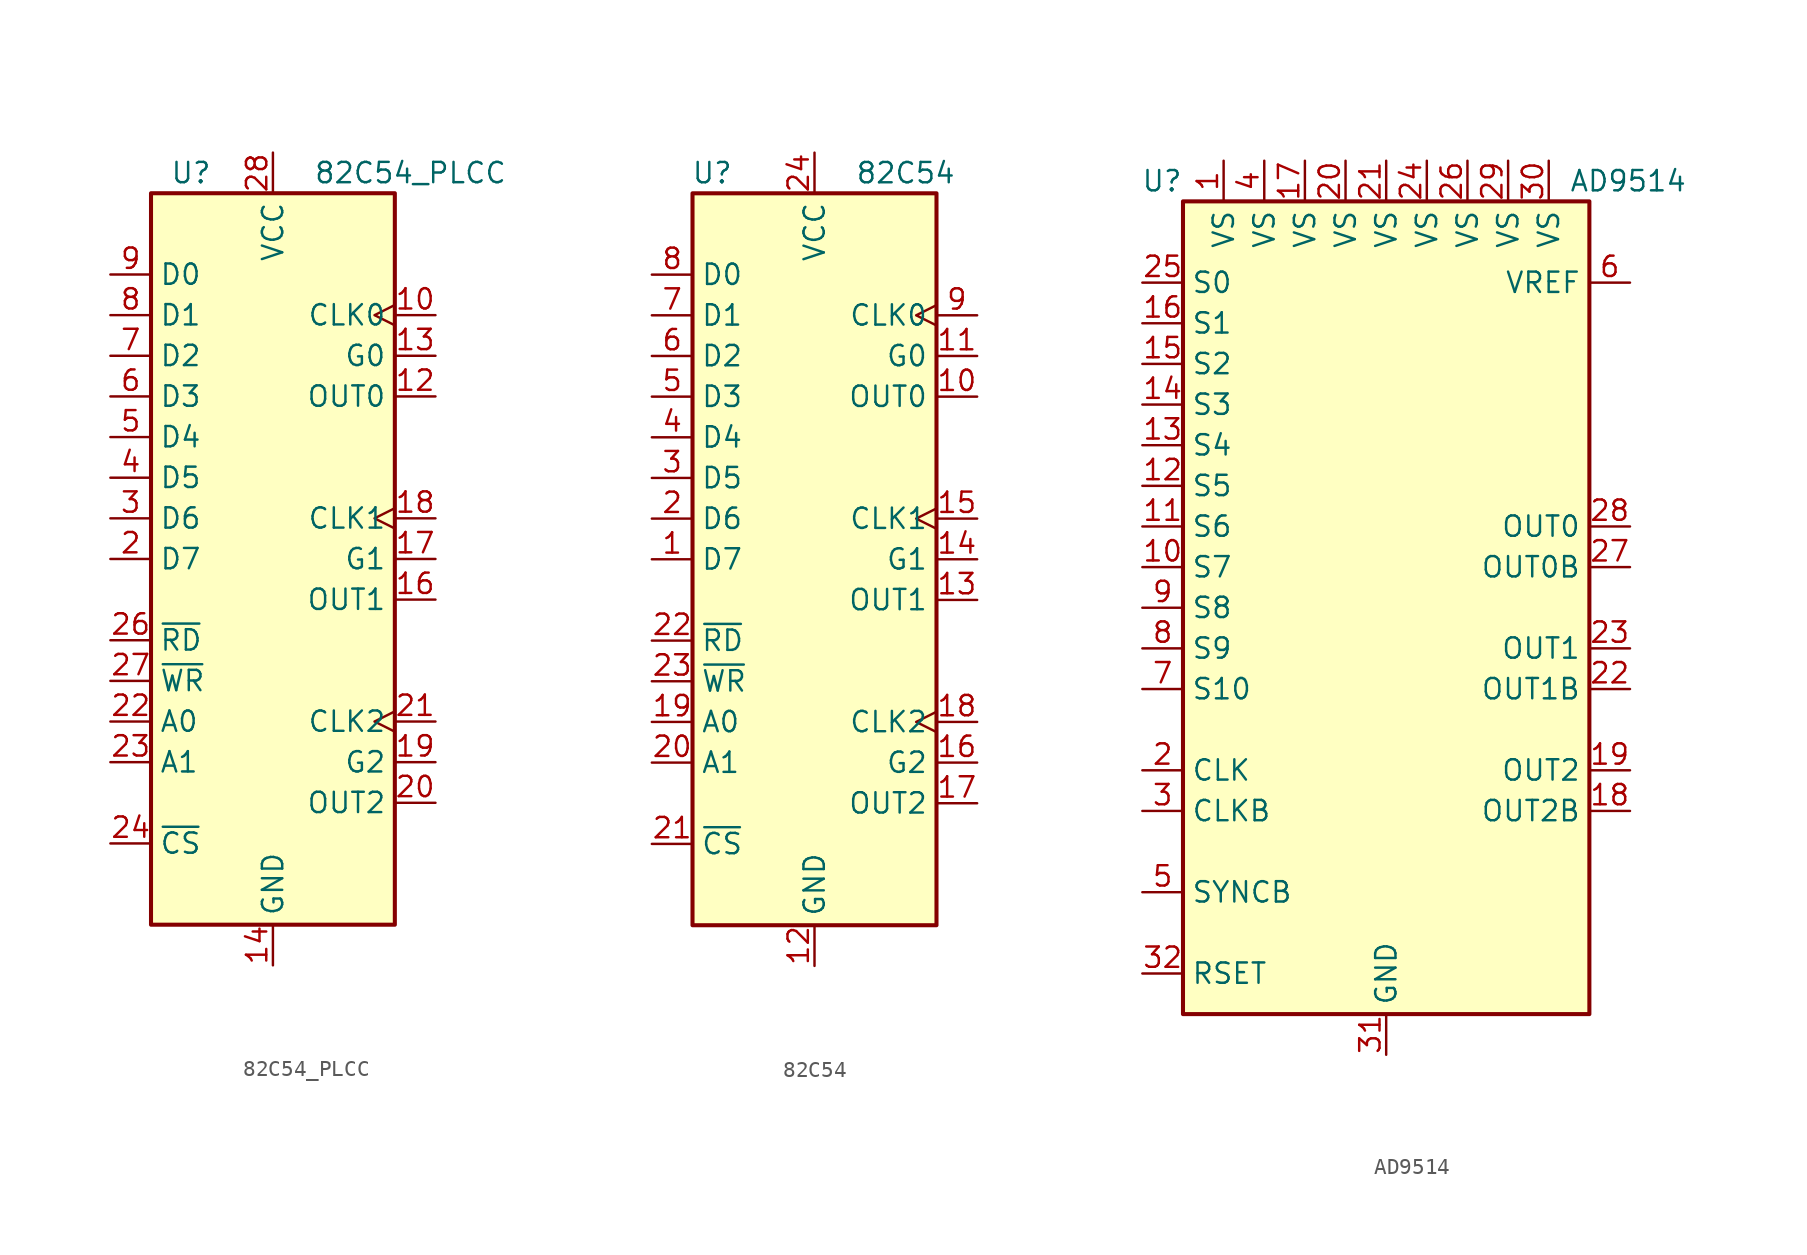
<source format=kicad_sym>
(kicad_symbol_lib
  (version 20201005)
  (generator kicad_symbol_editor)
  (symbol "82C54_PLCC"
    (property "Reference" "U"
      (at -3.81 24.13 0)
      (effects (font (size 1.27 1.27)) (justify right)))
    (property "Value" "82C54_PLCC"
      (at 2.54 24.13 0)
      (effects (font (size 1.27 1.27)) (justify left)))
    (symbol "82C54_PLCC_0_1"
      (rectangle (start -7.62 -22.86) (end 7.62 22.86) (stroke (width 0.254)) (fill (type background))))
    (symbol "82C54_PLCC_1_1"
      (pin no_connect line (at -5.08 -22.86 90) (length 2.54) hide (name "NC" (effects (font (size 1.27 1.27)))) (number "1" (effects (font (size 1.27 1.27)))))
      (pin input clock (at 10.16 15.24 180) (length 2.54) (name "CLK0" (effects (font (size 1.27 1.27)))) (number "10" (effects (font (size 1.27 1.27)))))
      (pin no_connect line (at -2.54 -22.86 90) (length 2.54) hide (name "NC" (effects (font (size 1.27 1.27)))) (number "11" (effects (font (size 1.27 1.27)))))
      (pin output line (at 10.16 10.16 180) (length 2.54) (name "OUT0" (effects (font (size 1.27 1.27)))) (number "12" (effects (font (size 1.27 1.27)))))
      (pin input line (at 10.16 12.7 180) (length 2.54) (name "G0" (effects (font (size 1.27 1.27)))) (number "13" (effects (font (size 1.27 1.27)))))
      (pin power_in line (at 0 -25.4 90) (length 2.54) (name "GND" (effects (font (size 1.27 1.27)))) (number "14" (effects (font (size 1.27 1.27)))))
      (pin no_connect line (at 2.54 -22.86 90) (length 2.54) hide (name "NC" (effects (font (size 1.27 1.27)))) (number "15" (effects (font (size 1.27 1.27)))))
      (pin output line (at 10.16 -2.54 180) (length 2.54) (name "OUT1" (effects (font (size 1.27 1.27)))) (number "16" (effects (font (size 1.27 1.27)))))
      (pin input line (at 10.16 0 180) (length 2.54) (name "G1" (effects (font (size 1.27 1.27)))) (number "17" (effects (font (size 1.27 1.27)))))
      (pin input clock (at 10.16 2.54 180) (length 2.54) (name "CLK1" (effects (font (size 1.27 1.27)))) (number "18" (effects (font (size 1.27 1.27)))))
      (pin input line (at 10.16 -12.7 180) (length 2.54) (name "G2" (effects (font (size 1.27 1.27)))) (number "19" (effects (font (size 1.27 1.27)))))
      (pin bidirectional line (at -10.16 0 0) (length 2.54) (name "D7" (effects (font (size 1.27 1.27)))) (number "2" (effects (font (size 1.27 1.27)))))
      (pin output line (at 10.16 -15.24 180) (length 2.54) (name "OUT2" (effects (font (size 1.27 1.27)))) (number "20" (effects (font (size 1.27 1.27)))))
      (pin input clock (at 10.16 -10.16 180) (length 2.54) (name "CLK2" (effects (font (size 1.27 1.27)))) (number "21" (effects (font (size 1.27 1.27)))))
      (pin input line (at -10.16 -10.16 0) (length 2.54) (name "A0" (effects (font (size 1.27 1.27)))) (number "22" (effects (font (size 1.27 1.27)))))
      (pin input line (at -10.16 -12.7 0) (length 2.54) (name "A1" (effects (font (size 1.27 1.27)))) (number "23" (effects (font (size 1.27 1.27)))))
      (pin input line (at -10.16 -17.78 0) (length 2.54) (name "~CS~" (effects (font (size 1.27 1.27)))) (number "24" (effects (font (size 1.27 1.27)))))
      (pin no_connect line (at 5.08 -22.86 90) (length 2.54) hide (name "NC" (effects (font (size 1.27 1.27)))) (number "25" (effects (font (size 1.27 1.27)))))
      (pin input line (at -10.16 -5.08 0) (length 2.54) (name "~RD~" (effects (font (size 1.27 1.27)))) (number "26" (effects (font (size 1.27 1.27)))))
      (pin input line (at -10.16 -7.62 0) (length 2.54) (name "~WR~" (effects (font (size 1.27 1.27)))) (number "27" (effects (font (size 1.27 1.27)))))
      (pin power_in line (at 0 25.4 270) (length 2.54) (name "VCC" (effects (font (size 1.27 1.27)))) (number "28" (effects (font (size 1.27 1.27)))))
      (pin bidirectional line (at -10.16 2.54 0) (length 2.54) (name "D6" (effects (font (size 1.27 1.27)))) (number "3" (effects (font (size 1.27 1.27)))))
      (pin bidirectional line (at -10.16 5.08 0) (length 2.54) (name "D5" (effects (font (size 1.27 1.27)))) (number "4" (effects (font (size 1.27 1.27)))))
      (pin bidirectional line (at -10.16 7.62 0) (length 2.54) (name "D4" (effects (font (size 1.27 1.27)))) (number "5" (effects (font (size 1.27 1.27)))))
      (pin bidirectional line (at -10.16 10.16 0) (length 2.54) (name "D3" (effects (font (size 1.27 1.27)))) (number "6" (effects (font (size 1.27 1.27)))))
      (pin bidirectional line (at -10.16 12.7 0) (length 2.54) (name "D2" (effects (font (size 1.27 1.27)))) (number "7" (effects (font (size 1.27 1.27)))))
      (pin bidirectional line (at -10.16 15.24 0) (length 2.54) (name "D1" (effects (font (size 1.27 1.27)))) (number "8" (effects (font (size 1.27 1.27)))))
      (pin bidirectional line (at -10.16 17.78 0) (length 2.54) (name "D0" (effects (font (size 1.27 1.27)))) (number "9" (effects (font (size 1.27 1.27)))))))
  (symbol "82C54"
    (property "Reference" "U"
      (at -5.08 24.13 0)
      (effects (font (size 1.27 1.27)) (justify right)))
    (property "Value" "82C54"
      (at 2.54 24.13 0)
      (effects (font (size 1.27 1.27)) (justify left)))
    (symbol "82C54_0_1"
      (rectangle (start -7.62 -22.86) (end 7.62 22.86) (stroke (width 0.254)) (fill (type background))))
    (symbol "82C54_1_1"
      (pin bidirectional line (at -10.16 0 0) (length 2.54) (name "D7" (effects (font (size 1.27 1.27)))) (number "1" (effects (font (size 1.27 1.27)))))
      (pin output line (at 10.16 10.16 180) (length 2.54) (name "OUT0" (effects (font (size 1.27 1.27)))) (number "10" (effects (font (size 1.27 1.27)))))
      (pin input line (at 10.16 12.7 180) (length 2.54) (name "G0" (effects (font (size 1.27 1.27)))) (number "11" (effects (font (size 1.27 1.27)))))
      (pin power_in line (at 0 -25.4 90) (length 2.54) (name "GND" (effects (font (size 1.27 1.27)))) (number "12" (effects (font (size 1.27 1.27)))))
      (pin output line (at 10.16 -2.54 180) (length 2.54) (name "OUT1" (effects (font (size 1.27 1.27)))) (number "13" (effects (font (size 1.27 1.27)))))
      (pin input line (at 10.16 0 180) (length 2.54) (name "G1" (effects (font (size 1.27 1.27)))) (number "14" (effects (font (size 1.27 1.27)))))
      (pin input clock (at 10.16 2.54 180) (length 2.54) (name "CLK1" (effects (font (size 1.27 1.27)))) (number "15" (effects (font (size 1.27 1.27)))))
      (pin input line (at 10.16 -12.7 180) (length 2.54) (name "G2" (effects (font (size 1.27 1.27)))) (number "16" (effects (font (size 1.27 1.27)))))
      (pin output line (at 10.16 -15.24 180) (length 2.54) (name "OUT2" (effects (font (size 1.27 1.27)))) (number "17" (effects (font (size 1.27 1.27)))))
      (pin input clock (at 10.16 -10.16 180) (length 2.54) (name "CLK2" (effects (font (size 1.27 1.27)))) (number "18" (effects (font (size 1.27 1.27)))))
      (pin input line (at -10.16 -10.16 0) (length 2.54) (name "A0" (effects (font (size 1.27 1.27)))) (number "19" (effects (font (size 1.27 1.27)))))
      (pin bidirectional line (at -10.16 2.54 0) (length 2.54) (name "D6" (effects (font (size 1.27 1.27)))) (number "2" (effects (font (size 1.27 1.27)))))
      (pin input line (at -10.16 -12.7 0) (length 2.54) (name "A1" (effects (font (size 1.27 1.27)))) (number "20" (effects (font (size 1.27 1.27)))))
      (pin input line (at -10.16 -17.78 0) (length 2.54) (name "~CS" (effects (font (size 1.27 1.27)))) (number "21" (effects (font (size 1.27 1.27)))))
      (pin input line (at -10.16 -5.08 0) (length 2.54) (name "~RD" (effects (font (size 1.27 1.27)))) (number "22" (effects (font (size 1.27 1.27)))))
      (pin input line (at -10.16 -7.62 0) (length 2.54) (name "~WR" (effects (font (size 1.27 1.27)))) (number "23" (effects (font (size 1.27 1.27)))))
      (pin power_in line (at 0 25.4 270) (length 2.54) (name "VCC" (effects (font (size 1.27 1.27)))) (number "24" (effects (font (size 1.27 1.27)))))
      (pin bidirectional line (at -10.16 5.08 0) (length 2.54) (name "D5" (effects (font (size 1.27 1.27)))) (number "3" (effects (font (size 1.27 1.27)))))
      (pin bidirectional line (at -10.16 7.62 0) (length 2.54) (name "D4" (effects (font (size 1.27 1.27)))) (number "4" (effects (font (size 1.27 1.27)))))
      (pin bidirectional line (at -10.16 10.16 0) (length 2.54) (name "D3" (effects (font (size 1.27 1.27)))) (number "5" (effects (font (size 1.27 1.27)))))
      (pin bidirectional line (at -10.16 12.7 0) (length 2.54) (name "D2" (effects (font (size 1.27 1.27)))) (number "6" (effects (font (size 1.27 1.27)))))
      (pin bidirectional line (at -10.16 15.24 0) (length 2.54) (name "D1" (effects (font (size 1.27 1.27)))) (number "7" (effects (font (size 1.27 1.27)))))
      (pin bidirectional line (at -10.16 17.78 0) (length 2.54) (name "D0" (effects (font (size 1.27 1.27)))) (number "8" (effects (font (size 1.27 1.27)))))
      (pin input clock (at 10.16 15.24 180) (length 2.54) (name "CLK0" (effects (font (size 1.27 1.27)))) (number "9" (effects (font (size 1.27 1.27)))))))
  (symbol "AD9514"
    (property "Reference" "U"
      (at -12.7 26.67 0)
      (effects (font (size 1.27 1.27)) (justify right)))
    (property "Value" "AD9514"
      (at 11.43 26.67 0)
      (effects (font (size 1.27 1.27)) (justify left)))
    (symbol "AD9514_1_1"
      (rectangle (start -12.7 25.4) (end 12.7 -25.4) (stroke (width 0.254)) (fill (type background)))
      (pin power_in line (at -10.16 27.94 270) (length 2.54) (name "VS" (effects (font (size 1.27 1.27)))) (number "1" (effects (font (size 1.27 1.27)))))
      (pin input line (at -15.24 2.54 0) (length 2.54) (name "S7" (effects (font (size 1.27 1.27)))) (number "10" (effects (font (size 1.27 1.27)))))
      (pin input line (at -15.24 5.08 0) (length 2.54) (name "S6" (effects (font (size 1.27 1.27)))) (number "11" (effects (font (size 1.27 1.27)))))
      (pin input line (at -15.24 7.62 0) (length 2.54) (name "S5" (effects (font (size 1.27 1.27)))) (number "12" (effects (font (size 1.27 1.27)))))
      (pin input line (at -15.24 10.16 0) (length 2.54) (name "S4" (effects (font (size 1.27 1.27)))) (number "13" (effects (font (size 1.27 1.27)))))
      (pin input line (at -15.24 12.7 0) (length 2.54) (name "S3" (effects (font (size 1.27 1.27)))) (number "14" (effects (font (size 1.27 1.27)))))
      (pin input line (at -15.24 15.24 0) (length 2.54) (name "S2" (effects (font (size 1.27 1.27)))) (number "15" (effects (font (size 1.27 1.27)))))
      (pin input line (at -15.24 17.78 0) (length 2.54) (name "S1" (effects (font (size 1.27 1.27)))) (number "16" (effects (font (size 1.27 1.27)))))
      (pin power_in line (at -5.08 27.94 270) (length 2.54) (name "VS" (effects (font (size 1.27 1.27)))) (number "17" (effects (font (size 1.27 1.27)))))
      (pin output line (at 15.24 -12.7 180) (length 2.54) (name "OUT2B" (effects (font (size 1.27 1.27)))) (number "18" (effects (font (size 1.27 1.27)))))
      (pin output line (at 15.24 -10.16 180) (length 2.54) (name "OUT2" (effects (font (size 1.27 1.27)))) (number "19" (effects (font (size 1.27 1.27)))))
      (pin input line (at -15.24 -10.16 0) (length 2.54) (name "CLK" (effects (font (size 1.27 1.27)))) (number "2" (effects (font (size 1.27 1.27)))))
      (pin power_in line (at -2.54 27.94 270) (length 2.54) (name "VS" (effects (font (size 1.27 1.27)))) (number "20" (effects (font (size 1.27 1.27)))))
      (pin power_in line (at 0 27.94 270) (length 2.54) (name "VS" (effects (font (size 1.27 1.27)))) (number "21" (effects (font (size 1.27 1.27)))))
      (pin open_emitter line (at 15.24 -5.08 180) (length 2.54) (name "OUT1B" (effects (font (size 1.27 1.27)))) (number "22" (effects (font (size 1.27 1.27)))))
      (pin open_emitter line (at 15.24 -2.54 180) (length 2.54) (name "OUT1" (effects (font (size 1.27 1.27)))) (number "23" (effects (font (size 1.27 1.27)))))
      (pin power_in line (at 2.54 27.94 270) (length 2.54) (name "VS" (effects (font (size 1.27 1.27)))) (number "24" (effects (font (size 1.27 1.27)))))
      (pin input line (at -15.24 20.32 0) (length 2.54) (name "S0" (effects (font (size 1.27 1.27)))) (number "25" (effects (font (size 1.27 1.27)))))
      (pin power_in line (at 5.08 27.94 270) (length 2.54) (name "VS" (effects (font (size 1.27 1.27)))) (number "26" (effects (font (size 1.27 1.27)))))
      (pin open_emitter line (at 15.24 2.54 180) (length 2.54) (name "OUT0B" (effects (font (size 1.27 1.27)))) (number "27" (effects (font (size 1.27 1.27)))))
      (pin open_emitter line (at 15.24 5.08 180) (length 2.54) (name "OUT0" (effects (font (size 1.27 1.27)))) (number "28" (effects (font (size 1.27 1.27)))))
      (pin power_in line (at 7.62 27.94 270) (length 2.54) (name "VS" (effects (font (size 1.27 1.27)))) (number "29" (effects (font (size 1.27 1.27)))))
      (pin input line (at -15.24 -12.7 0) (length 2.54) (name "CLKB" (effects (font (size 1.27 1.27)))) (number "3" (effects (font (size 1.27 1.27)))))
      (pin power_in line (at 10.16 27.94 270) (length 2.54) (name "VS" (effects (font (size 1.27 1.27)))) (number "30" (effects (font (size 1.27 1.27)))))
      (pin power_in line (at 0 -27.94 90) (length 2.54) (name "GND" (effects (font (size 1.27 1.27)))) (number "31" (effects (font (size 1.27 1.27)))))
      (pin passive line (at -15.24 -22.86 0) (length 2.54) (name "RSET" (effects (font (size 1.27 1.27)))) (number "32" (effects (font (size 1.27 1.27)))))
      (pin passive line (at 0 -27.94 90) (length 2.54) hide (name "GND" (effects (font (size 1.27 1.27)))) (number "33" (effects (font (size 1.27 1.27)))))
      (pin power_in line (at -7.62 27.94 270) (length 2.54) (name "VS" (effects (font (size 1.27 1.27)))) (number "4" (effects (font (size 1.27 1.27)))))
      (pin input line (at -15.24 -17.78 0) (length 2.54) (name "SYNCB" (effects (font (size 1.27 1.27)))) (number "5" (effects (font (size 1.27 1.27)))))
      (pin power_out line (at 15.24 20.32 180) (length 2.54) (name "VREF" (effects (font (size 1.27 1.27)))) (number "6" (effects (font (size 1.27 1.27)))))
      (pin input line (at -15.24 -5.08 0) (length 2.54) (name "S10" (effects (font (size 1.27 1.27)))) (number "7" (effects (font (size 1.27 1.27)))))
      (pin input line (at -15.24 -2.54 0) (length 2.54) (name "S9" (effects (font (size 1.27 1.27)))) (number "8" (effects (font (size 1.27 1.27)))))
      (pin input line (at -15.24 0 0) (length 2.54) (name "S8" (effects (font (size 1.27 1.27)))) (number "9" (effects (font (size 1.27 1.27))))))))
</source>
